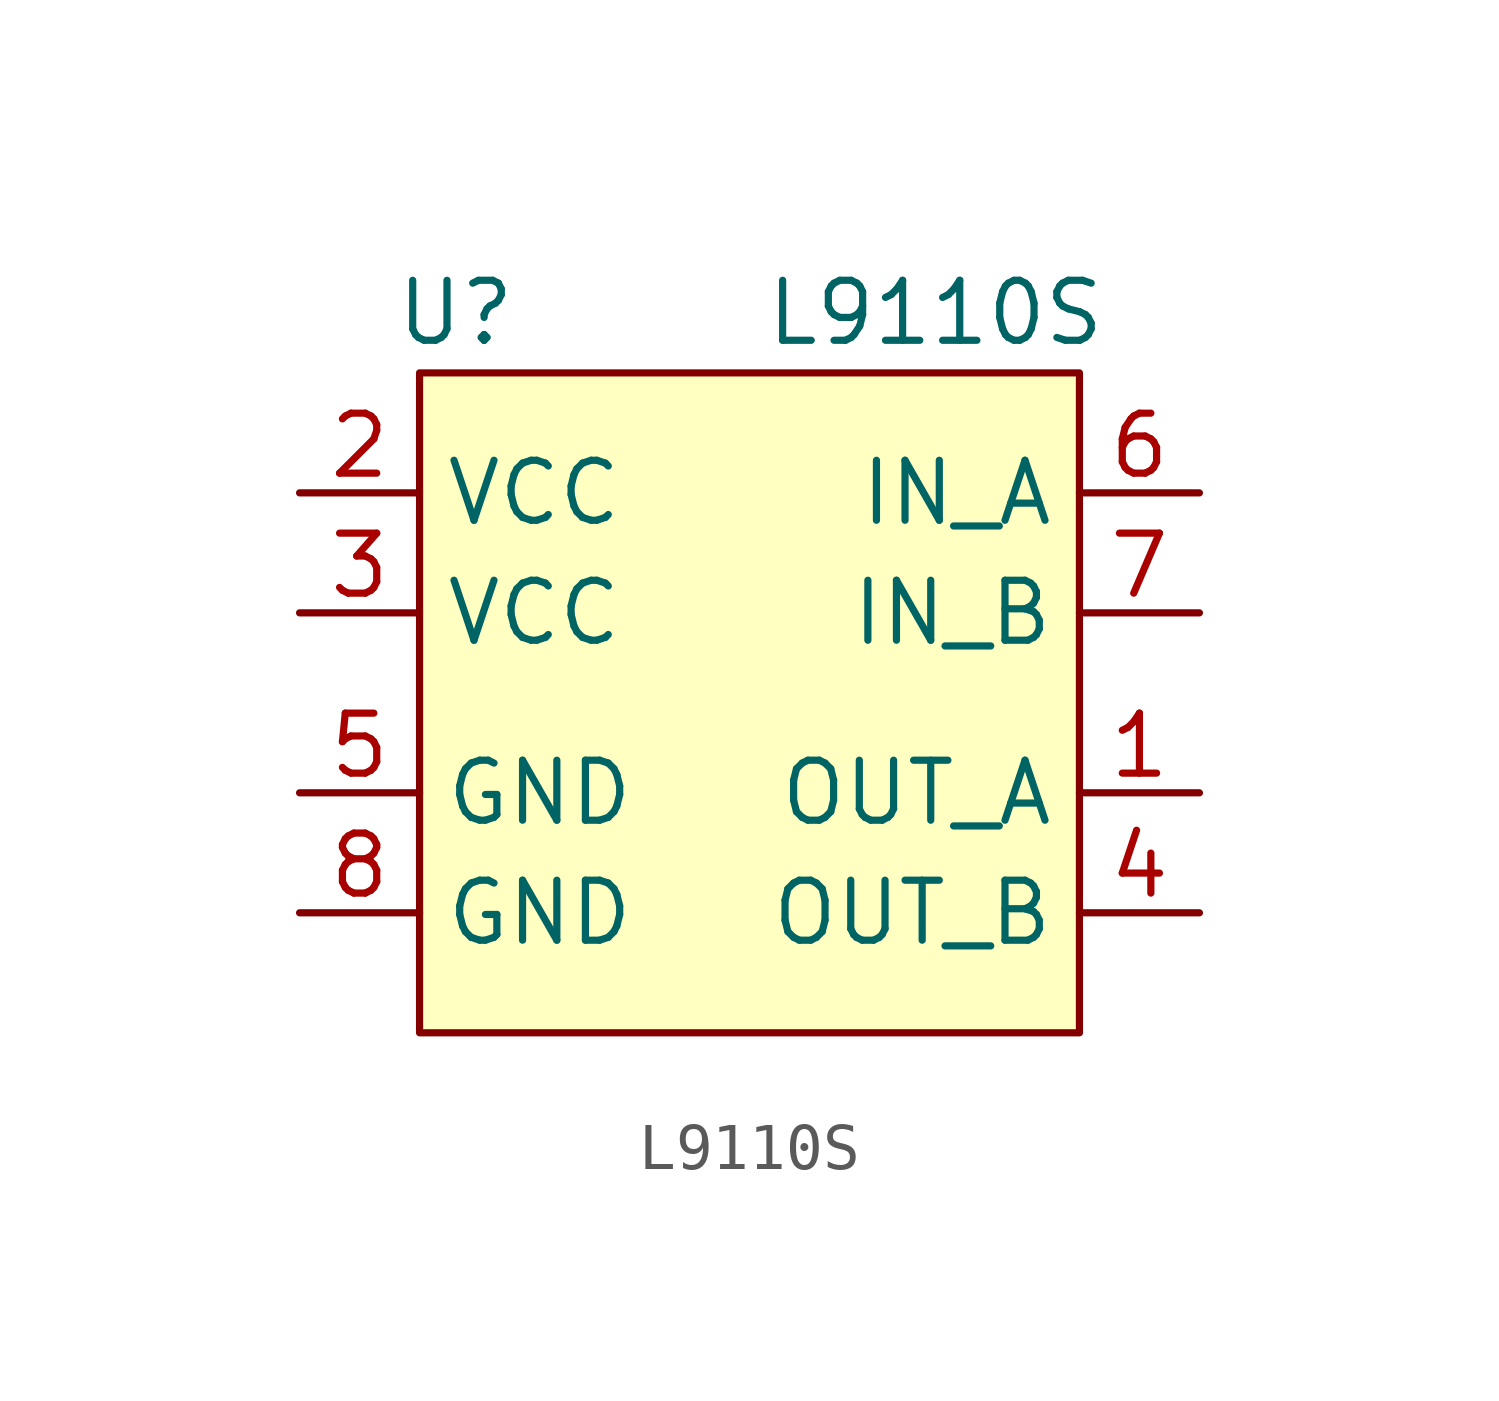
<source format=kicad_sym>
(kicad_symbol_lib
  (version 20231120)
  (generator "kicad_symbol_editor")
  (generator_version "8.0")
  (symbol "L9110S"
    (property "Reference" "U"
      (at -5.588 8.89 0)
      (effects (font (size 1.27 1.27))))
    (property "Value" "L9110S"
      (at 4.572 8.89 0)
      (effects (font (size 1.27 1.27))))
    (symbol "L9110S_0_1"
      (rectangle (start -6.35 7.62) (end 7.62 -6.35) (stroke (width 0) (type default)) (fill (type background))))
    (symbol "L9110S_1_1"
      (pin output line (at 10.16 -1.27 180) (length 2.54) (name "OUT_A" (effects (font (size 1.27 1.27)))) (number "1" (effects (font (size 1.27 1.27)))))
      (pin power_in line (at -8.89 5.08 0) (length 2.54) (name "VCC" (effects (font (size 1.27 1.27)))) (number "2" (effects (font (size 1.27 1.27)))))
      (pin power_in line (at -8.89 2.54 0) (length 2.54) (name "VCC" (effects (font (size 1.27 1.27)))) (number "3" (effects (font (size 1.27 1.27)))))
      (pin output line (at 10.16 -3.81 180) (length 2.54) (name "OUT_B" (effects (font (size 1.27 1.27)))) (number "4" (effects (font (size 1.27 1.27)))))
      (pin power_in line (at -8.89 -1.27 0) (length 2.54) (name "GND" (effects (font (size 1.27 1.27)))) (number "5" (effects (font (size 1.27 1.27)))))
      (pin input line (at 10.16 5.08 180) (length 2.54) (name "IN_A" (effects (font (size 1.27 1.27)))) (number "6" (effects (font (size 1.27 1.27)))))
      (pin input line (at 10.16 2.54 180) (length 2.54) (name "IN_B" (effects (font (size 1.27 1.27)))) (number "7" (effects (font (size 1.27 1.27)))))
      (pin power_in line (at -8.89 -3.81 0) (length 2.54) (name "GND" (effects (font (size 1.27 1.27)))) (number "8" (effects (font (size 1.27 1.27))))))))
</source>
